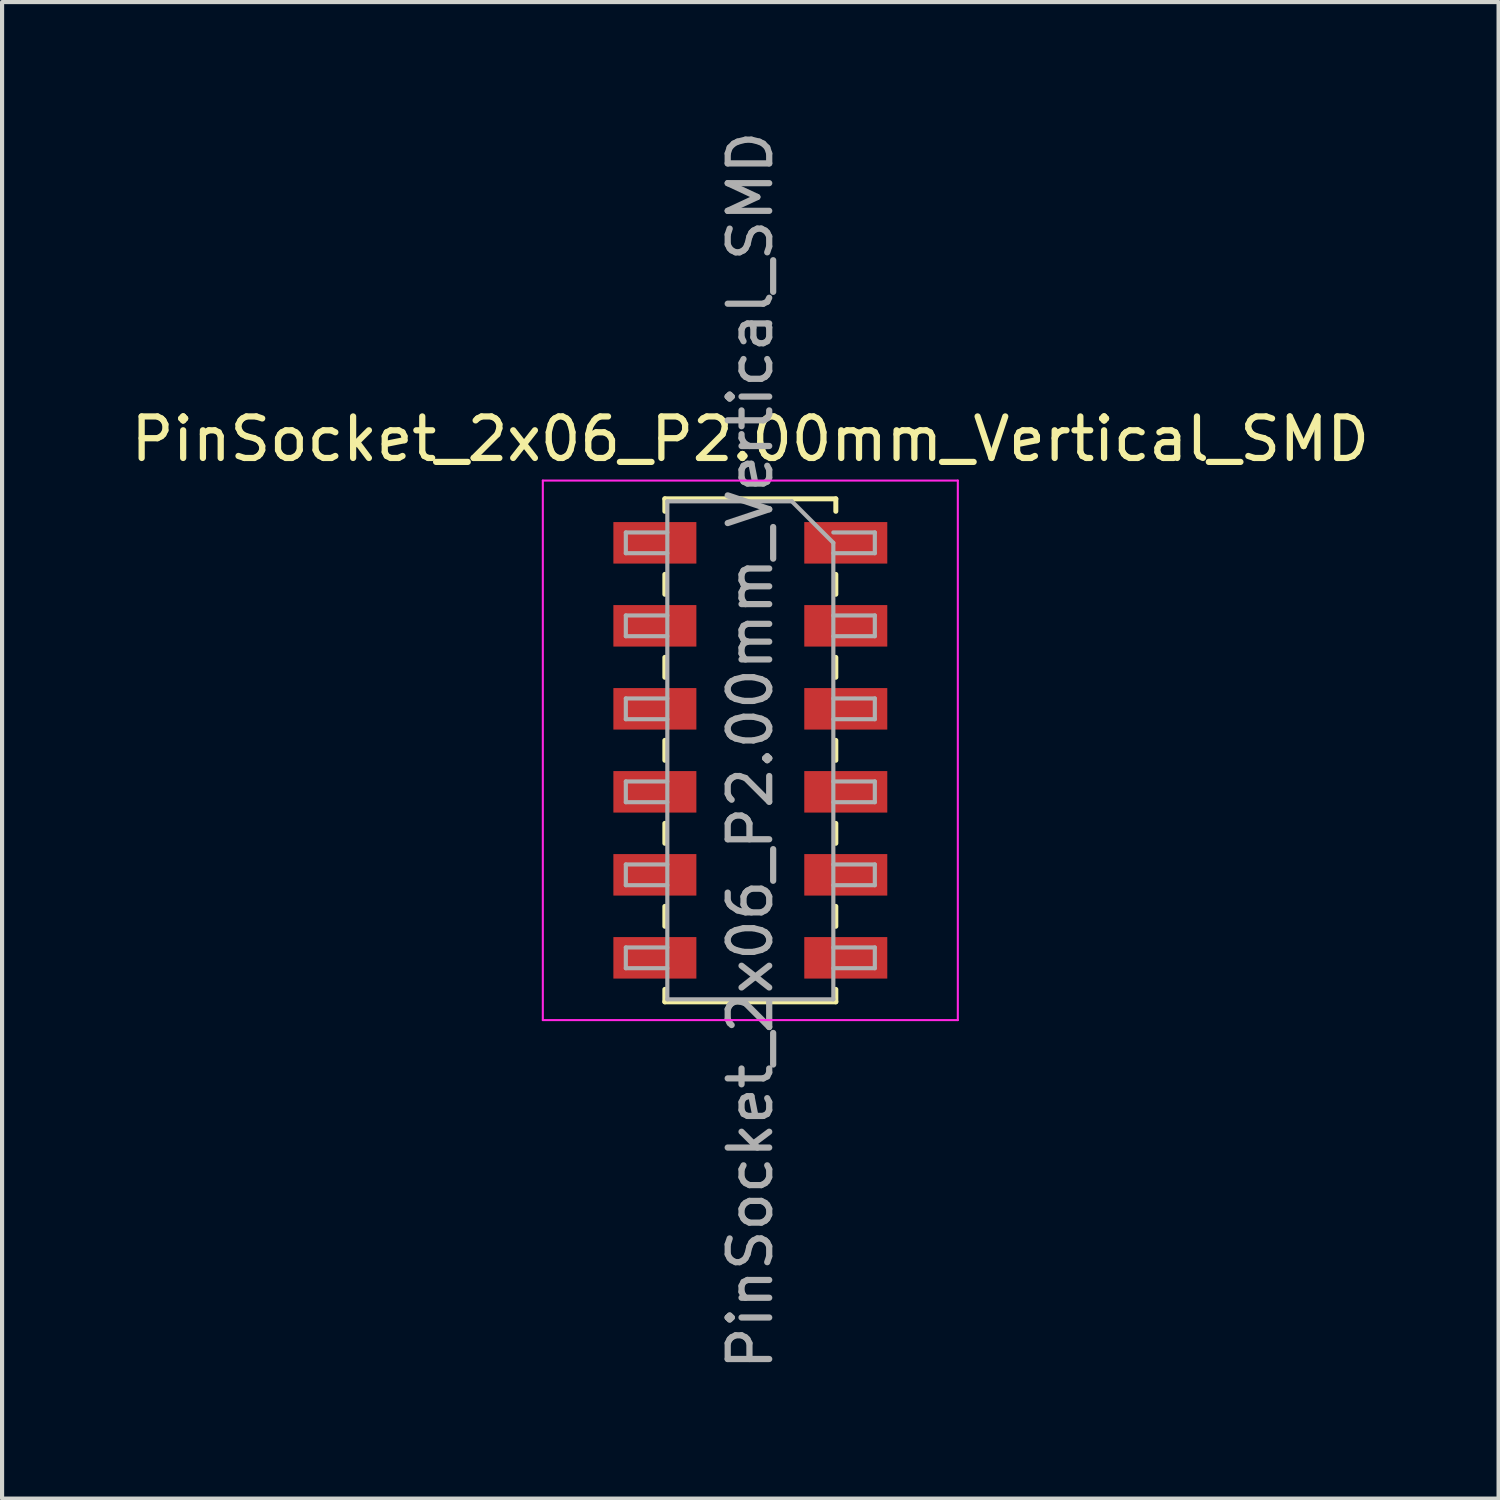
<source format=kicad_pcb>
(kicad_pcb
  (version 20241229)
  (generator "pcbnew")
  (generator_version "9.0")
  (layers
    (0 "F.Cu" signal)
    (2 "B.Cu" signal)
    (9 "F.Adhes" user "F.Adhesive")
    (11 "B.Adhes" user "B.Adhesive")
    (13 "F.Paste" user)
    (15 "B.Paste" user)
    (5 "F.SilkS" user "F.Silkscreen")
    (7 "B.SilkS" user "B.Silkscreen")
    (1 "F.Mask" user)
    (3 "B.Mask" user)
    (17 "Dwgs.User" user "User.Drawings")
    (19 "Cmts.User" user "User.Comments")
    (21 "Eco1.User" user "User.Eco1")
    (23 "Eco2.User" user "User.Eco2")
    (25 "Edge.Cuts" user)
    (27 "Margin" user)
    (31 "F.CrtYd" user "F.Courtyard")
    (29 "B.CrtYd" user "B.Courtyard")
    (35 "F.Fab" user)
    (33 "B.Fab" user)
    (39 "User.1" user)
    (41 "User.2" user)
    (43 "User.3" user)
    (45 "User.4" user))
  (footprint "PinSocket_2x06_P2.00mm_Vertical_SMD"
    (layer "F.Cu")
    (at 15.03 15.03)
    (property "Reference" "PinSocket_2x06_P2.00mm_Vertical_SMD" (at 0 -7.5 0) (layer "F.SilkS") (effects (font (size 1 1) (thickness 0.15))))
    (attr smd)
    (fp_line (start -2.06 -6.06) (end -2.06 -5.76) (stroke (width 0.12) (type solid)) (layer "F.SilkS"))
    (fp_line (start -2.06 -6.06) (end 2.06 -6.06) (stroke (width 0.12) (type solid)) (layer "F.SilkS"))
    (fp_line (start -2.06 -4.24) (end -2.06 -3.76) (stroke (width 0.12) (type solid)) (layer "F.SilkS"))
    (fp_line (start -2.06 -2.24) (end -2.06 -1.76) (stroke (width 0.12) (type solid)) (layer "F.SilkS"))
    (fp_line (start -2.06 -0.24) (end -2.06 0.24) (stroke (width 0.12) (type solid)) (layer "F.SilkS"))
    (fp_line (start -2.06 1.76) (end -2.06 2.24) (stroke (width 0.12) (type solid)) (layer "F.SilkS"))
    (fp_line (start -2.06 3.76) (end -2.06 4.24) (stroke (width 0.12) (type solid)) (layer "F.SilkS"))
    (fp_line (start -2.06 5.76) (end -2.06 6.06) (stroke (width 0.12) (type solid)) (layer "F.SilkS"))
    (fp_line (start -2.06 6.06) (end 2.06 6.06) (stroke (width 0.12) (type solid)) (layer "F.SilkS"))
    (fp_line (start 2.06 -6.06) (end 2.06 -5.76) (stroke (width 0.12) (type solid)) (layer "F.SilkS"))
    (fp_line (start 2.06 -4.24) (end 2.06 -3.76) (stroke (width 0.12) (type solid)) (layer "F.SilkS"))
    (fp_line (start 2.06 -2.24) (end 2.06 -1.76) (stroke (width 0.12) (type solid)) (layer "F.SilkS"))
    (fp_line (start 2.06 -0.24) (end 2.06 0.24) (stroke (width 0.12) (type solid)) (layer "F.SilkS"))
    (fp_line (start 2.06 1.76) (end 2.06 2.24) (stroke (width 0.12) (type solid)) (layer "F.SilkS"))
    (fp_line (start 2.06 3.76) (end 2.06 4.24) (stroke (width 0.12) (type solid)) (layer "F.SilkS"))
    (fp_line (start 2.06 5.76) (end 2.06 6.06) (stroke (width 0.12) (type solid)) (layer "F.SilkS"))
    (fp_line (start -5 -6.5) (end 5 -6.5) (stroke (width 0.05) (type solid)) (layer "F.CrtYd"))
    (fp_line (start -5 6.5) (end -5 -6.5) (stroke (width 0.05) (type solid)) (layer "F.CrtYd"))
    (fp_line (start 5 -6.5) (end 5 6.5) (stroke (width 0.05) (type solid)) (layer "F.CrtYd"))
    (fp_line (start 5 6.5) (end -5 6.5) (stroke (width 0.05) (type solid)) (layer "F.CrtYd"))
    (fp_line (start -3 -5.25) (end -2 -5.25) (stroke (width 0.1) (type solid)) (layer "F.Fab"))
    (fp_line (start -3 -4.75) (end -3 -5.25) (stroke (width 0.1) (type solid)) (layer "F.Fab"))
    (fp_line (start -3 -3.25) (end -2 -3.25) (stroke (width 0.1) (type solid)) (layer "F.Fab"))
    (fp_line (start -3 -2.75) (end -3 -3.25) (stroke (width 0.1) (type solid)) (layer "F.Fab"))
    (fp_line (start -3 -1.25) (end -2 -1.25) (stroke (width 0.1) (type solid)) (layer "F.Fab"))
    (fp_line (start -3 -0.75) (end -3 -1.25) (stroke (width 0.1) (type solid)) (layer "F.Fab"))
    (fp_line (start -3 0.75) (end -2 0.75) (stroke (width 0.1) (type solid)) (layer "F.Fab"))
    (fp_line (start -3 1.25) (end -3 0.75) (stroke (width 0.1) (type solid)) (layer "F.Fab"))
    (fp_line (start -3 2.75) (end -2 2.75) (stroke (width 0.1) (type solid)) (layer "F.Fab"))
    (fp_line (start -3 3.25) (end -3 2.75) (stroke (width 0.1) (type solid)) (layer "F.Fab"))
    (fp_line (start -3 4.75) (end -2 4.75) (stroke (width 0.1) (type solid)) (layer "F.Fab"))
    (fp_line (start -3 5.25) (end -3 4.75) (stroke (width 0.1) (type solid)) (layer "F.Fab"))
    (fp_line (start -2 -6) (end 1 -6) (stroke (width 0.1) (type solid)) (layer "F.Fab"))
    (fp_line (start -2 -4.75) (end -3 -4.75) (stroke (width 0.1) (type solid)) (layer "F.Fab"))
    (fp_line (start -2 -2.75) (end -3 -2.75) (stroke (width 0.1) (type solid)) (layer "F.Fab"))
    (fp_line (start -2 -0.75) (end -3 -0.75) (stroke (width 0.1) (type solid)) (layer "F.Fab"))
    (fp_line (start -2 1.25) (end -3 1.25) (stroke (width 0.1) (type solid)) (layer "F.Fab"))
    (fp_line (start -2 3.25) (end -3 3.25) (stroke (width 0.1) (type solid)) (layer "F.Fab"))
    (fp_line (start -2 5.25) (end -3 5.25) (stroke (width 0.1) (type solid)) (layer "F.Fab"))
    (fp_line (start -2 6) (end -2 -6) (stroke (width 0.1) (type solid)) (layer "F.Fab"))
    (fp_line (start 1 -6) (end 2 -5) (stroke (width 0.1) (type solid)) (layer "F.Fab"))
    (fp_line (start 2 -5.25) (end 3 -5.25) (stroke (width 0.1) (type solid)) (layer "F.Fab"))
    (fp_line (start 2 -5) (end 2 6) (stroke (width 0.1) (type solid)) (layer "F.Fab"))
    (fp_line (start 2 -3.25) (end 3 -3.25) (stroke (width 0.1) (type solid)) (layer "F.Fab"))
    (fp_line (start 2 -1.25) (end 3 -1.25) (stroke (width 0.1) (type solid)) (layer "F.Fab"))
    (fp_line (start 2 0.75) (end 3 0.75) (stroke (width 0.1) (type solid)) (layer "F.Fab"))
    (fp_line (start 2 2.75) (end 3 2.75) (stroke (width 0.1) (type solid)) (layer "F.Fab"))
    (fp_line (start 2 4.75) (end 3 4.75) (stroke (width 0.1) (type solid)) (layer "F.Fab"))
    (fp_line (start 2 6) (end -2 6) (stroke (width 0.1) (type solid)) (layer "F.Fab"))
    (fp_line (start 3 -5.25) (end 3 -4.75) (stroke (width 0.1) (type solid)) (layer "F.Fab"))
    (fp_line (start 3 -4.75) (end 2 -4.75) (stroke (width 0.1) (type solid)) (layer "F.Fab"))
    (fp_line (start 3 -3.25) (end 3 -2.75) (stroke (width 0.1) (type solid)) (layer "F.Fab"))
    (fp_line (start 3 -2.75) (end 2 -2.75) (stroke (width 0.1) (type solid)) (layer "F.Fab"))
    (fp_line (start 3 -1.25) (end 3 -0.75) (stroke (width 0.1) (type solid)) (layer "F.Fab"))
    (fp_line (start 3 -0.75) (end 2 -0.75) (stroke (width 0.1) (type solid)) (layer "F.Fab"))
    (fp_line (start 3 0.75) (end 3 1.25) (stroke (width 0.1) (type solid)) (layer "F.Fab"))
    (fp_line (start 3 1.25) (end 2 1.25) (stroke (width 0.1) (type solid)) (layer "F.Fab"))
    (fp_line (start 3 2.75) (end 3 3.25) (stroke (width 0.1) (type solid)) (layer "F.Fab"))
    (fp_line (start 3 3.25) (end 2 3.25) (stroke (width 0.1) (type solid)) (layer "F.Fab"))
    (fp_line (start 3 4.75) (end 3 5.25) (stroke (width 0.1) (type solid)) (layer "F.Fab"))
    (fp_line (start 3 5.25) (end 2 5.25) (stroke (width 0.1) (type solid)) (layer "F.Fab"))
    (fp_text user "${REFERENCE}" (at 0 0 90) (layer "F.Fab") (effects (font (size 1 1) (thickness 0.15))))
    (pad "1" smd rect (at 2.3 -5) (size 2 1) (layers "F.Cu" "F.Mask" "F.Paste"))
    (pad "2" smd rect (at -2.3 -5) (size 2 1) (layers "F.Cu" "F.Mask" "F.Paste"))
    (pad "3" smd rect (at 2.3 -3) (size 2 1) (layers "F.Cu" "F.Mask" "F.Paste"))
    (pad "4" smd rect (at -2.3 -3) (size 2 1) (layers "F.Cu" "F.Mask" "F.Paste"))
    (pad "5" smd rect (at 2.3 -1) (size 2 1) (layers "F.Cu" "F.Mask" "F.Paste"))
    (pad "6" smd rect (at -2.3 -1) (size 2 1) (layers "F.Cu" "F.Mask" "F.Paste"))
    (pad "7" smd rect (at 2.3 1) (size 2 1) (layers "F.Cu" "F.Mask" "F.Paste"))
    (pad "8" smd rect (at -2.3 1) (size 2 1) (layers "F.Cu" "F.Mask" "F.Paste"))
    (pad "9" smd rect (at 2.3 3) (size 2 1) (layers "F.Cu" "F.Mask" "F.Paste"))
    (pad "10" smd rect (at -2.3 3) (size 2 1) (layers "F.Cu" "F.Mask" "F.Paste"))
    (pad "11" smd rect (at 2.3 5) (size 2 1) (layers "F.Cu" "F.Mask" "F.Paste"))
    (pad "12" smd rect (at -2.3 5) (size 2 1) (layers "F.Cu" "F.Mask" "F.Paste")))
  (gr_rect
    (start -3 -3)
    (end 33.06 33.06)
    (stroke (width 0.1) (type default))
    (fill no)
    (layer "Edge.Cuts")))
</source>
